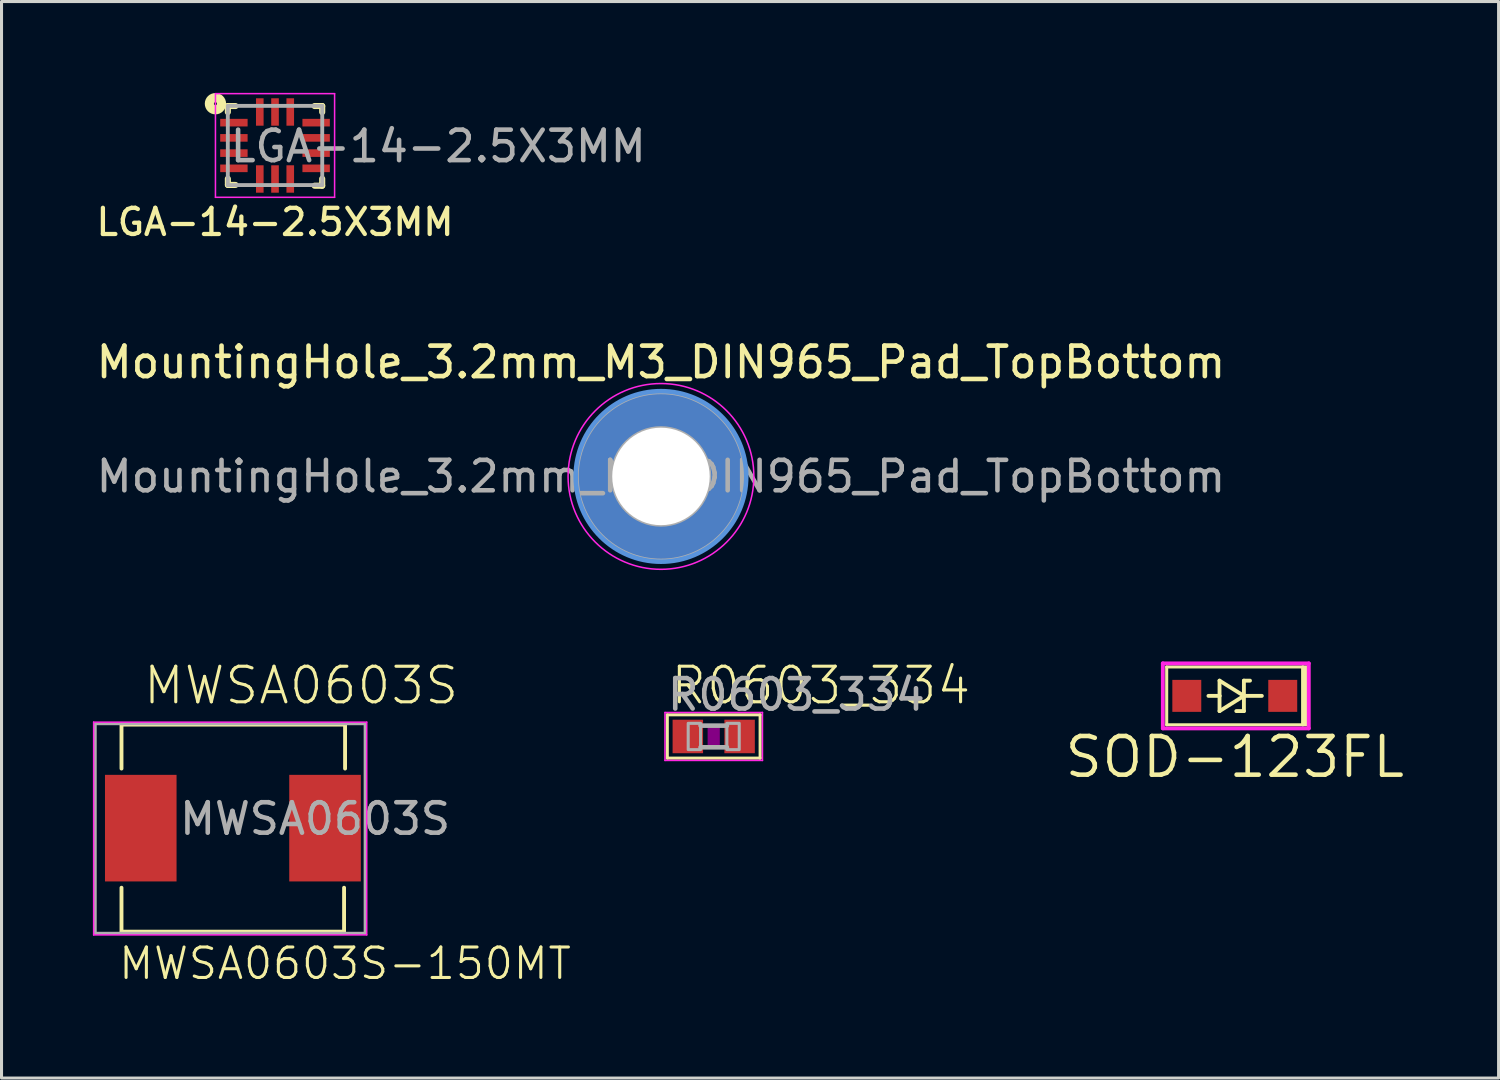
<source format=kicad_pcb>
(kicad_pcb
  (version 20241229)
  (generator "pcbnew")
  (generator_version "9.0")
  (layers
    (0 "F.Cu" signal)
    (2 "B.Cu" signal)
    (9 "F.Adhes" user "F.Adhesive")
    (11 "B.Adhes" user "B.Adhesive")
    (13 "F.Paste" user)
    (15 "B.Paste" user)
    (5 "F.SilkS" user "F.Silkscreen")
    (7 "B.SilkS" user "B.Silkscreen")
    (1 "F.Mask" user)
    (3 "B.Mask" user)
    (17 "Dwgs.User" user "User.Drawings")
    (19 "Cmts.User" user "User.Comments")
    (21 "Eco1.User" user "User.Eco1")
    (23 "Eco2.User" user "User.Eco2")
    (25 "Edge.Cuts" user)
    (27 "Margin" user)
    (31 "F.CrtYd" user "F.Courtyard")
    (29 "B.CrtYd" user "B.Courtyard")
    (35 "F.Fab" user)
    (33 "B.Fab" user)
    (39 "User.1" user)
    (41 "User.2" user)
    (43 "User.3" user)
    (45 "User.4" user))
  (footprint "MWSA0603S"
    (layer "F.Cu")
    (at 4.597 24.141)
    (property "Reference" "MWSA0603S" (at -3 -4 0) (unlocked yes) (layer "F.SilkS") (effects (font (size 1.168 1.168) (thickness 0.102)) (justify left bottom)))
    (property "MPNum" "MWSA0603S-150MT" (at 3.683 4.445 0) (layer "F.SilkS") (effects (font (size 1 1) (thickness 0.1))))
    (attr smd)
    (fp_line (start -3.658 -3.4) (end -3.658 -1.956) (stroke (width 0.127) (type solid)) (layer "F.SilkS"))
    (fp_line (start -3.658 1.956) (end -3.658 3.4) (stroke (width 0.127) (type solid)) (layer "F.SilkS"))
    (fp_line (start -3.65 3.4) (end 3.65 3.4) (stroke (width 0.127) (type solid)) (layer "F.SilkS"))
    (fp_line (start 3.65 1.956) (end 3.65 3.4) (stroke (width 0.127) (type solid)) (layer "F.SilkS"))
    (fp_line (start 3.683 -3.4) (end -3.65 -3.4) (stroke (width 0.127) (type solid)) (layer "F.SilkS"))
    (fp_line (start 3.683 -3.4) (end 3.683 -1.956) (stroke (width 0.127) (type solid)) (layer "F.SilkS"))
    (fp_line (start -4.572 -3.48) (end 4.394 -3.48) (stroke (width 0.05) (type default)) (layer "F.CrtYd"))
    (fp_line (start -4.572 3.505) (end -4.572 -3.48) (stroke (width 0.05) (type default)) (layer "F.CrtYd"))
    (fp_line (start 4.394 -3.48) (end 4.394 3.505) (stroke (width 0.05) (type default)) (layer "F.CrtYd"))
    (fp_line (start 4.394 3.505) (end -4.572 3.505) (stroke (width 0.05) (type default)) (layer "F.CrtYd"))
    (fp_rect (start -4.521 -3.429) (end 4.343 3.454) (stroke (width 0.1) (type default)) (fill no) (layer "F.Fab"))
    (fp_text user "${REFERENCE}" (at -1.829 0.279 0) (unlocked yes) (layer "F.Fab") (effects (font (size 1 1) (thickness 0.15)) (justify left bottom)))
    (pad "P$1" smd rect (at -3.025 0) (size 2.35 3.5) (layers "F.Cu" "F.Mask" "F.Paste"))
    (pad "P$2" smd rect (at 3.025 0) (size 2.35 3.5) (layers "F.Cu" "F.Mask" "F.Paste")))
  (footprint "MountingHole_3.2mm_M3_DIN965_Pad_TopBottom"
    (layer "F.Cu")
    (at 18.652 12.593)
    (property "Reference" "MountingHole_3.2mm_M3_DIN965_Pad_TopBottom" (at 0 -3.75 0) (layer "F.SilkS") (effects (font (size 1 1) (thickness 0.152))))
    (fp_circle (center 0 0) (end 2.8 0) (stroke (width 0.15) (type solid)) (fill no) (layer "Cmts.User"))
    (fp_circle (center 0 0) (end 3.05 0) (stroke (width 0.05) (type solid)) (fill no) (layer "F.CrtYd"))
    (fp_circle (center 0 0) (end 1.6 0) (stroke (width 0.1) (type solid)) (fill no) (layer "F.Fab"))
    (fp_circle (center 0 0) (end 2.75 0) (stroke (width 0.1) (type solid)) (fill no) (layer "F.Fab"))
    (fp_text user "${REFERENCE}" (at 0 0 0) (layer "F.Fab") (effects (font (size 1 1) (thickness 0.15))))
    (pad "1" thru_hole circle (at 0 0) (size 3.6 3.6) (drill 3.2) (layers "*.Cu" "*.Mask"))
    (pad "1" connect circle (at 0 0) (size 5.6 5.6) (layers "F.Cu" "F.Mask"))
    (pad "1" connect circle (at 0 0) (size 5.6 5.6) (layers "B.Cu" "B.Mask")))
  (footprint "LGA-14-2.5X3MM"
    (layer "F.Cu")
    (at 5.98 1.727)
    (property "Reference" "LGA-14-2.5X3MM" (at 0 2.515 0) (unlocked yes) (layer "F.SilkS") (effects (font (size 0.86 0.86) (thickness 0.14))))
    (attr smd)
    (fp_line (start -1.549 -1.096) (end -1.547 -1.295) (stroke (width 0.2) (type solid)) (layer "F.SilkS"))
    (fp_line (start -1.549 1.092) (end -1.547 1.295) (stroke (width 0.2) (type solid)) (layer "F.SilkS"))
    (fp_line (start -1.547 -1.295) (end -1.297 -1.295) (stroke (width 0.2) (type solid)) (layer "F.SilkS"))
    (fp_line (start -1.297 1.295) (end -1.547 1.295) (stroke (width 0.2) (type solid)) (layer "F.SilkS"))
    (fp_line (start 1.299 -1.295) (end 1.549 -1.295) (stroke (width 0.2) (type solid)) (layer "F.SilkS"))
    (fp_line (start 1.549 -1.295) (end 1.549 -1.096) (stroke (width 0.2) (type solid)) (layer "F.SilkS"))
    (fp_line (start 1.549 1.092) (end 1.549 1.321) (stroke (width 0.2) (type solid)) (layer "F.SilkS"))
    (fp_line (start 1.549 1.321) (end 1.299 1.321) (stroke (width 0.2) (type solid)) (layer "F.SilkS"))
    (fp_circle (center -1.956 -1.372) (end -1.906 -1.372) (stroke (width 0.3) (type solid)) (fill no) (layer "F.SilkS"))
    (fp_line (start -1.956 -1.702) (end 1.956 -1.702) (stroke (width 0.05) (type default)) (layer "F.CrtYd"))
    (fp_line (start -1.956 1.702) (end -1.956 -1.702) (stroke (width 0.05) (type default)) (layer "F.CrtYd"))
    (fp_line (start 1.956 -1.702) (end 1.956 1.702) (stroke (width 0.05) (type default)) (layer "F.CrtYd"))
    (fp_line (start 1.956 1.702) (end -1.956 1.702) (stroke (width 0.05) (type default)) (layer "F.CrtYd"))
    (fp_line (start -1.55 -1.3) (end 1.55 -1.3) (stroke (width 0.127) (type solid)) (layer "F.Fab"))
    (fp_line (start -1.55 1.3) (end -1.55 -1.3) (stroke (width 0.127) (type solid)) (layer "F.Fab"))
    (fp_line (start 1.55 -1.3) (end 1.55 1.3) (stroke (width 0.127) (type solid)) (layer "F.Fab"))
    (fp_line (start 1.55 1.3) (end -1.55 1.3) (stroke (width 0.127) (type solid)) (layer "F.Fab"))
    (fp_text user "${REFERENCE}" (at -1.549 0.61 0) (unlocked yes) (layer "F.Fab") (effects (font (size 1 1) (thickness 0.15)) (justify left bottom)))
    (pad "1" smd rect (at -1.35 -0.75) (size 0.9 0.25) (layers "F.Cu" "F.Mask" "F.Paste"))
    (pad "2" smd rect (at -1.35 -0.25) (size 0.9 0.25) (layers "F.Cu" "F.Mask" "F.Paste"))
    (pad "3" smd rect (at -1.35 0.25) (size 0.9 0.25) (layers "F.Cu" "F.Mask" "F.Paste"))
    (pad "4" smd rect (at -1.35 0.75) (size 0.9 0.25) (layers "F.Cu" "F.Mask" "F.Paste"))
    (pad "5" smd rect (at -0.5 1.1 90) (size 0.9 0.25) (layers "F.Cu" "F.Mask" "F.Paste"))
    (pad "6" smd rect (at 0 1.1 90) (size 0.9 0.25) (layers "F.Cu" "F.Mask" "F.Paste"))
    (pad "7" smd rect (at 0.5 1.1 90) (size 0.9 0.25) (layers "F.Cu" "F.Mask" "F.Paste"))
    (pad "8" smd rect (at 1.35 0.75) (size 0.9 0.25) (layers "F.Cu" "F.Mask" "F.Paste"))
    (pad "9" smd rect (at 1.35 0.25) (size 0.9 0.25) (layers "F.Cu" "F.Mask" "F.Paste"))
    (pad "10" smd rect (at 1.35 -0.25) (size 0.9 0.25) (layers "F.Cu" "F.Mask" "F.Paste"))
    (pad "11" smd rect (at 1.35 -0.75) (size 0.9 0.25) (layers "F.Cu" "F.Mask" "F.Paste"))
    (pad "12" smd rect (at 0.5 -1.1 90) (size 0.9 0.25) (layers "F.Cu" "F.Mask" "F.Paste"))
    (pad "13" smd rect (at 0 -1.1 90) (size 0.9 0.25) (layers "F.Cu" "F.Mask" "F.Paste"))
    (pad "14" smd rect (at -0.5 -1.1 90) (size 0.9 0.25) (layers "F.Cu" "F.Mask" "F.Paste")))
  (footprint "SOD-123FL"
    (layer "F.Cu")
    (at 37.492 19.798)
    (property "Reference" "SOD-123FL" (at 0 2.007 0) (layer "F.SilkS") (effects (font (size 1.27 1.27) (thickness 0.15))))
    (attr smd)
    (fp_line (start -2.235 -0.95) (end -2.235 0.95) (stroke (width 0.1) (type default)) (layer "F.SilkS"))
    (fp_line (start -2.235 -0.95) (end 2.235 -0.95) (stroke (width 0.1) (type solid)) (layer "F.SilkS"))
    (fp_line (start -0.5 -0.5) (end -0.5 0) (stroke (width 0.127) (type solid)) (layer "F.SilkS"))
    (fp_line (start -0.5 0) (end -0.864 0) (stroke (width 0.127) (type solid)) (layer "F.SilkS"))
    (fp_line (start -0.5 0) (end -0.5 0.5) (stroke (width 0.127) (type solid)) (layer "F.SilkS"))
    (fp_line (start -0.5 0.5) (end 0.3 0) (stroke (width 0.127) (type solid)) (layer "F.SilkS"))
    (fp_line (start 0.3 -0.5) (end 0.3 0) (stroke (width 0.127) (type solid)) (layer "F.SilkS"))
    (fp_line (start 0.3 0) (end -0.5 -0.5) (stroke (width 0.127) (type solid)) (layer "F.SilkS"))
    (fp_line (start 0.3 0) (end 0.3 0.5) (stroke (width 0.127) (type solid)) (layer "F.SilkS"))
    (fp_line (start 0.3 0) (end 0.889 0) (stroke (width 0.127) (type solid)) (layer "F.SilkS"))
    (fp_line (start 0.3 0.5) (end 0.05 0.5) (stroke (width 0.127) (type solid)) (layer "F.SilkS"))
    (fp_line (start 0.5 -0.5) (end 0.3 -0.5) (stroke (width 0.127) (type solid)) (layer "F.SilkS"))
    (fp_line (start 2.235 -0.95) (end 2.235 0.95) (stroke (width 0.1) (type default)) (layer "F.SilkS"))
    (fp_line (start 2.235 0.95) (end -2.235 0.95) (stroke (width 0.1) (type solid)) (layer "F.SilkS"))
    (fp_rect (start 2.235 -0.95) (end 2.42 0.95) (stroke (width 0.1) (type solid)) (fill yes) (layer "F.SilkS"))
    (fp_line (start -2.362 -1.067) (end 2.43 -1.067) (stroke (width 0.127) (type solid)) (layer "F.CrtYd"))
    (fp_line (start -2.362 1.067) (end -2.362 -1.067) (stroke (width 0.127) (type solid)) (layer "F.CrtYd"))
    (fp_line (start 2.43 -1.067) (end 2.43 1.067) (stroke (width 0.127) (type solid)) (layer "F.CrtYd"))
    (fp_line (start 2.43 1.067) (end -2.362 1.067) (stroke (width 0.127) (type solid)) (layer "F.CrtYd"))
    (pad "A" smd rect (at -1.575 0) (size 0.95 1.05) (layers "F.Cu" "F.Mask" "F.Paste"))
    (pad "K" smd rect (at 1.575 0) (size 0.95 1.05) (layers "F.Cu" "F.Mask" "F.Paste")))
  (footprint "R0603_334"
    (layer "F.Cu")
    (at 20.384 21.131)
    (property "Reference" "R0603_334" (at -1.473 -0.991 0) (unlocked yes) (layer "F.SilkS") (effects (font (size 1.168 1.168) (thickness 0.102)) (justify left bottom)))
    (attr smd)
    (fp_line (start -1.524 -0.711) (end 1.524 -0.711) (stroke (width 0.1) (type default)) (layer "F.SilkS"))
    (fp_line (start -1.524 0.711) (end -1.524 -0.711) (stroke (width 0.1) (type default)) (layer "F.SilkS"))
    (fp_line (start 1.524 -0.711) (end 1.524 0.712) (stroke (width 0.1) (type default)) (layer "F.SilkS"))
    (fp_line (start 1.524 0.711) (end -1.524 0.711) (stroke (width 0.1) (type default)) (layer "F.SilkS"))
    (fp_poly (pts (xy -0.2 0.4) (xy 0.2 0.4) (xy 0.2 -0.4) (xy -0.2 -0.4)) (stroke (width 0) (type default)) (fill yes) (layer "F.Adhes"))
    (fp_line (start -1.6 -0.787) (end 1.6 -0.787) (stroke (width 0.051) (type solid)) (layer "F.CrtYd"))
    (fp_line (start -1.6 0.787) (end -1.6 -0.787) (stroke (width 0.051) (type solid)) (layer "F.CrtYd"))
    (fp_line (start 1.6 -0.787) (end 1.6 0.787) (stroke (width 0.051) (type solid)) (layer "F.CrtYd"))
    (fp_line (start 1.6 0.787) (end -1.6 0.787) (stroke (width 0.051) (type solid)) (layer "F.CrtYd"))
    (fp_line (start -0.432 0.356) (end 0.432 0.356) (stroke (width 0.152) (type solid)) (layer "F.Fab"))
    (fp_line (start 0.432 -0.356) (end -0.432 -0.356) (stroke (width 0.152) (type solid)) (layer "F.Fab"))
    (fp_poly (pts (xy -0.838 0.432) (xy -0.432 0.432) (xy -0.432 -0.432) (xy -0.838 -0.432)) (stroke (width 0.1) (type default)) (fill no) (layer "F.Fab"))
    (fp_poly (pts (xy 0.432 0.432) (xy 0.838 0.432) (xy 0.838 -0.432) (xy 0.432 -0.432)) (stroke (width 0.1) (type default)) (fill no) (layer "F.Fab"))
    (fp_text user "${REFERENCE}" (at -1.6 -0.787 0) (unlocked yes) (layer "F.Fab") (effects (font (size 1 1) (thickness 0.15)) (justify left bottom)))
    (pad "1" smd rect (at -0.85 0) (size 1 1.1) (layers "F.Cu" "F.Mask" "F.Paste"))
    (pad "2" smd rect (at 0.85 0) (size 1 1.1) (layers "F.Cu" "F.Mask" "F.Paste")))
  (gr_rect
    (start -3 -3)
    (end 46.154 32.346)
    (stroke (width 0.1) (type default))
    (fill no)
    (layer "Edge.Cuts")))
</source>
